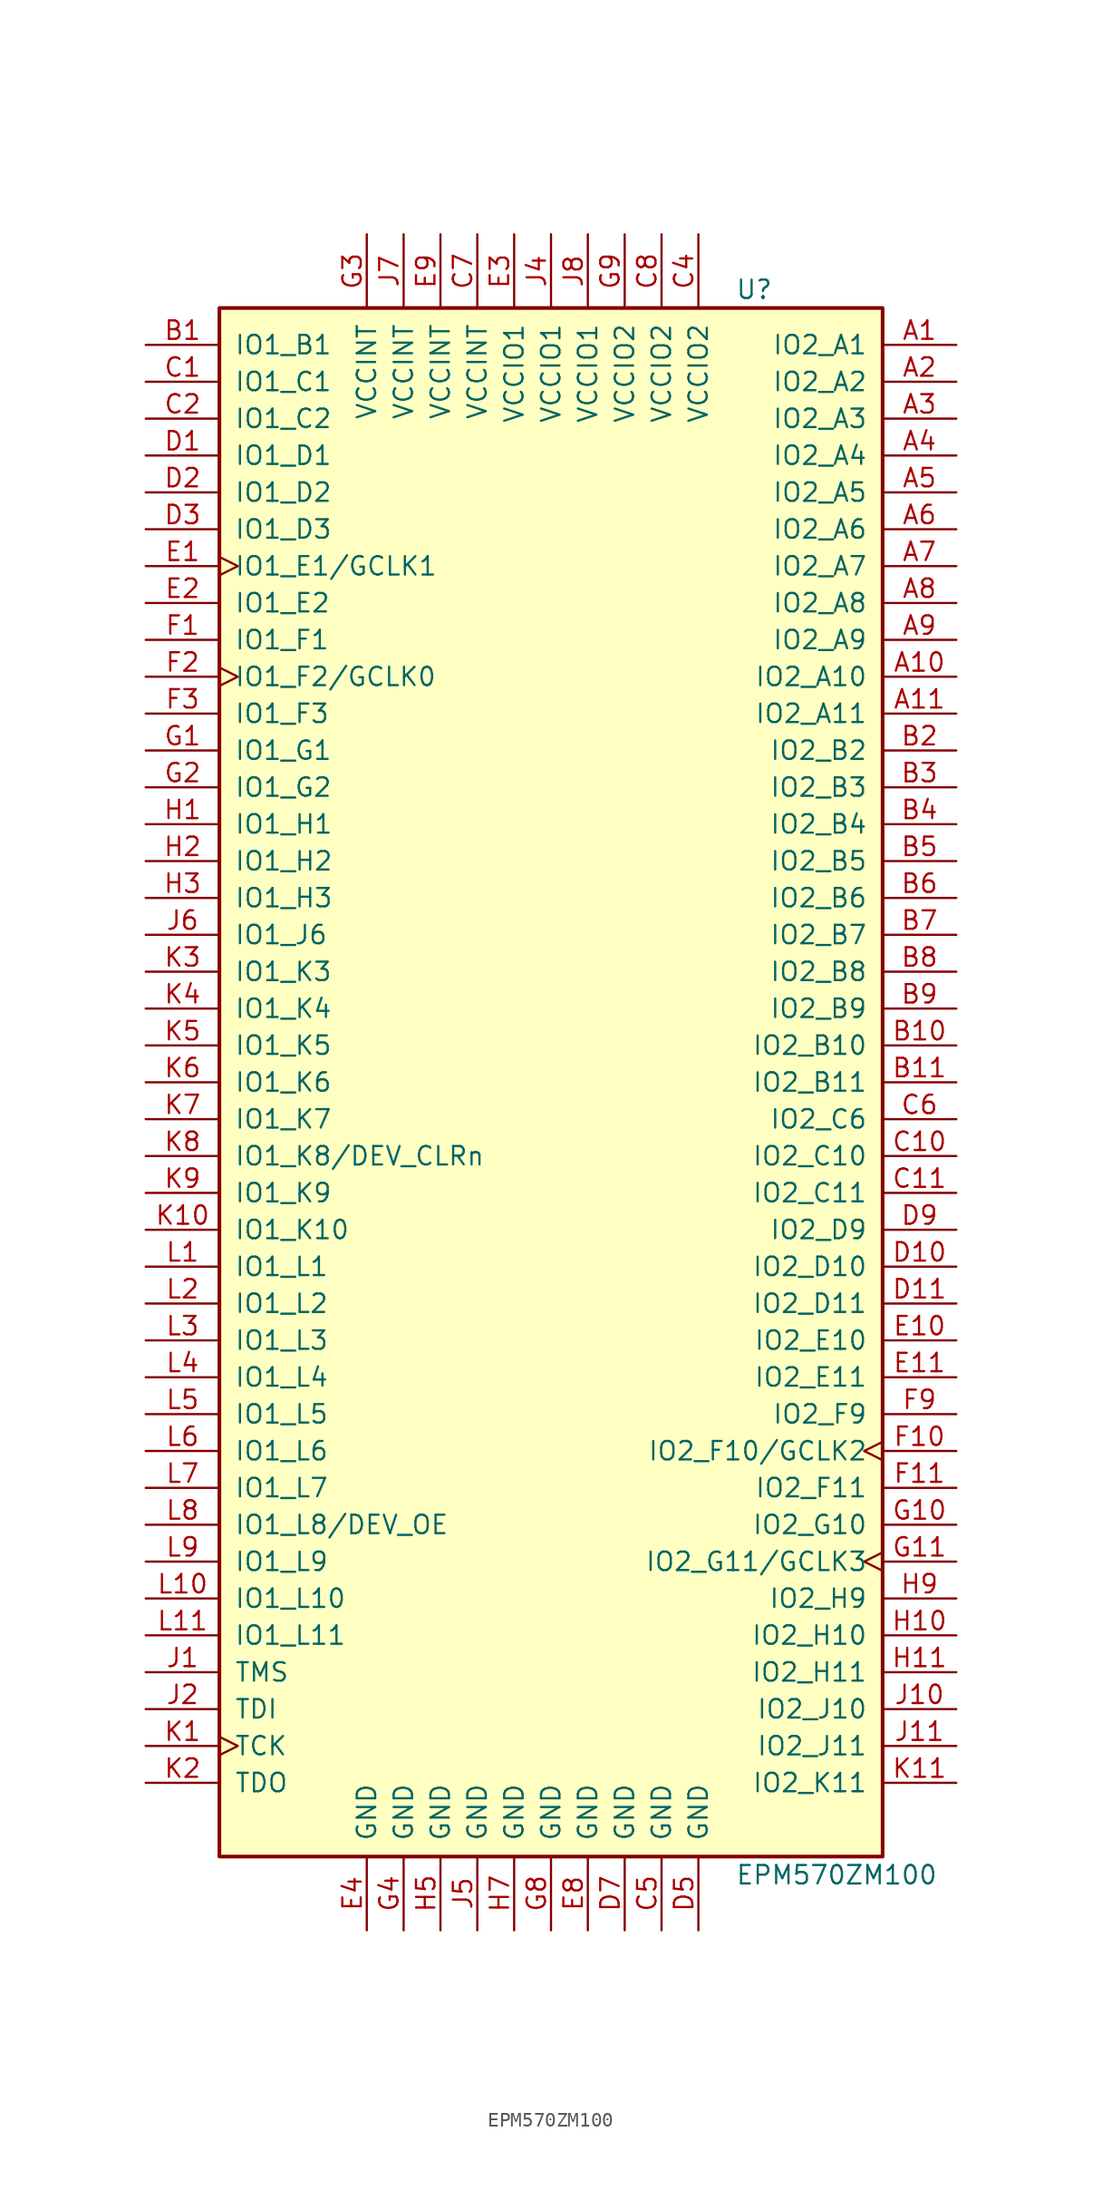
<source format=kicad_sym>
(kicad_symbol_lib
  (version 20201005)
  (generator kicad_symbol_editor)
  (symbol "EPM570ZM100"
    (pin_names
      (offset 1.016))
    (property "Reference" "U"
      (at 12.7 54.61 0)
      (effects (font (size 1.27 1.27)) (justify left)))
    (property "Value" "EPM570ZM100"
      (at 12.7 -54.61 0)
      (effects (font (size 1.27 1.27)) (justify left)))
    (property "ki_locked" ""
      (at 0 0 0)
      (effects (font (size 1.27 1.27))))
    (symbol "EPM570ZM100_1_1"
      (rectangle (start -22.86 53.34) (end 22.86 -53.34) (stroke (width 0.254)) (fill (type background)))
      (pin bidirectional line (at 27.94 50.8 180) (length 5.08) (name "IO2_A1" (effects (font (size 1.27 1.27)))) (number "A1" (effects (font (size 1.27 1.27)))))
      (pin bidirectional line (at 27.94 27.94 180) (length 5.08) (name "IO2_A10" (effects (font (size 1.27 1.27)))) (number "A10" (effects (font (size 1.27 1.27)))))
      (pin bidirectional line (at 27.94 25.4 180) (length 5.08) (name "IO2_A11" (effects (font (size 1.27 1.27)))) (number "A11" (effects (font (size 1.27 1.27)))))
      (pin bidirectional line (at 27.94 48.26 180) (length 5.08) (name "IO2_A2" (effects (font (size 1.27 1.27)))) (number "A2" (effects (font (size 1.27 1.27)))))
      (pin bidirectional line (at 27.94 45.72 180) (length 5.08) (name "IO2_A3" (effects (font (size 1.27 1.27)))) (number "A3" (effects (font (size 1.27 1.27)))))
      (pin bidirectional line (at 27.94 43.18 180) (length 5.08) (name "IO2_A4" (effects (font (size 1.27 1.27)))) (number "A4" (effects (font (size 1.27 1.27)))))
      (pin bidirectional line (at 27.94 40.64 180) (length 5.08) (name "IO2_A5" (effects (font (size 1.27 1.27)))) (number "A5" (effects (font (size 1.27 1.27)))))
      (pin bidirectional line (at 27.94 38.1 180) (length 5.08) (name "IO2_A6" (effects (font (size 1.27 1.27)))) (number "A6" (effects (font (size 1.27 1.27)))))
      (pin bidirectional line (at 27.94 35.56 180) (length 5.08) (name "IO2_A7" (effects (font (size 1.27 1.27)))) (number "A7" (effects (font (size 1.27 1.27)))))
      (pin bidirectional line (at 27.94 33.02 180) (length 5.08) (name "IO2_A8" (effects (font (size 1.27 1.27)))) (number "A8" (effects (font (size 1.27 1.27)))))
      (pin bidirectional line (at 27.94 30.48 180) (length 5.08) (name "IO2_A9" (effects (font (size 1.27 1.27)))) (number "A9" (effects (font (size 1.27 1.27)))))
      (pin bidirectional line (at -27.94 50.8 0) (length 5.08) (name "IO1_B1" (effects (font (size 1.27 1.27)))) (number "B1" (effects (font (size 1.27 1.27)))))
      (pin bidirectional line (at 27.94 2.54 180) (length 5.08) (name "IO2_B10" (effects (font (size 1.27 1.27)))) (number "B10" (effects (font (size 1.27 1.27)))))
      (pin bidirectional line (at 27.94 0 180) (length 5.08) (name "IO2_B11" (effects (font (size 1.27 1.27)))) (number "B11" (effects (font (size 1.27 1.27)))))
      (pin bidirectional line (at 27.94 22.86 180) (length 5.08) (name "IO2_B2" (effects (font (size 1.27 1.27)))) (number "B2" (effects (font (size 1.27 1.27)))))
      (pin bidirectional line (at 27.94 20.32 180) (length 5.08) (name "IO2_B3" (effects (font (size 1.27 1.27)))) (number "B3" (effects (font (size 1.27 1.27)))))
      (pin bidirectional line (at 27.94 17.78 180) (length 5.08) (name "IO2_B4" (effects (font (size 1.27 1.27)))) (number "B4" (effects (font (size 1.27 1.27)))))
      (pin bidirectional line (at 27.94 15.24 180) (length 5.08) (name "IO2_B5" (effects (font (size 1.27 1.27)))) (number "B5" (effects (font (size 1.27 1.27)))))
      (pin bidirectional line (at 27.94 12.7 180) (length 5.08) (name "IO2_B6" (effects (font (size 1.27 1.27)))) (number "B6" (effects (font (size 1.27 1.27)))))
      (pin bidirectional line (at 27.94 10.16 180) (length 5.08) (name "IO2_B7" (effects (font (size 1.27 1.27)))) (number "B7" (effects (font (size 1.27 1.27)))))
      (pin bidirectional line (at 27.94 7.62 180) (length 5.08) (name "IO2_B8" (effects (font (size 1.27 1.27)))) (number "B8" (effects (font (size 1.27 1.27)))))
      (pin bidirectional line (at 27.94 5.08 180) (length 5.08) (name "IO2_B9" (effects (font (size 1.27 1.27)))) (number "B9" (effects (font (size 1.27 1.27)))))
      (pin bidirectional line (at -27.94 48.26 0) (length 5.08) (name "IO1_C1" (effects (font (size 1.27 1.27)))) (number "C1" (effects (font (size 1.27 1.27)))))
      (pin bidirectional line (at 27.94 -5.08 180) (length 5.08) (name "IO2_C10" (effects (font (size 1.27 1.27)))) (number "C10" (effects (font (size 1.27 1.27)))))
      (pin bidirectional line (at 27.94 -7.62 180) (length 5.08) (name "IO2_C11" (effects (font (size 1.27 1.27)))) (number "C11" (effects (font (size 1.27 1.27)))))
      (pin bidirectional line (at -27.94 45.72 0) (length 5.08) (name "IO1_C2" (effects (font (size 1.27 1.27)))) (number "C2" (effects (font (size 1.27 1.27)))))
      (pin power_in line (at 10.16 58.42 270) (length 5.08) (name "VCCIO2" (effects (font (size 1.27 1.27)))) (number "C4" (effects (font (size 1.27 1.27)))))
      (pin power_in line (at 7.62 -58.42 90) (length 5.08) (name "GND" (effects (font (size 1.27 1.27)))) (number "C5" (effects (font (size 1.27 1.27)))))
      (pin bidirectional line (at 27.94 -2.54 180) (length 5.08) (name "IO2_C6" (effects (font (size 1.27 1.27)))) (number "C6" (effects (font (size 1.27 1.27)))))
      (pin power_in line (at -5.08 58.42 270) (length 5.08) (name "VCCINT" (effects (font (size 1.27 1.27)))) (number "C7" (effects (font (size 1.27 1.27)))))
      (pin power_in line (at 7.62 58.42 270) (length 5.08) (name "VCCIO2" (effects (font (size 1.27 1.27)))) (number "C8" (effects (font (size 1.27 1.27)))))
      (pin bidirectional line (at -27.94 43.18 0) (length 5.08) (name "IO1_D1" (effects (font (size 1.27 1.27)))) (number "D1" (effects (font (size 1.27 1.27)))))
      (pin bidirectional line (at 27.94 -12.7 180) (length 5.08) (name "IO2_D10" (effects (font (size 1.27 1.27)))) (number "D10" (effects (font (size 1.27 1.27)))))
      (pin bidirectional line (at 27.94 -15.24 180) (length 5.08) (name "IO2_D11" (effects (font (size 1.27 1.27)))) (number "D11" (effects (font (size 1.27 1.27)))))
      (pin bidirectional line (at -27.94 40.64 0) (length 5.08) (name "IO1_D2" (effects (font (size 1.27 1.27)))) (number "D2" (effects (font (size 1.27 1.27)))))
      (pin bidirectional line (at -27.94 38.1 0) (length 5.08) (name "IO1_D3" (effects (font (size 1.27 1.27)))) (number "D3" (effects (font (size 1.27 1.27)))))
      (pin power_in line (at 10.16 -58.42 90) (length 5.08) (name "GND" (effects (font (size 1.27 1.27)))) (number "D5" (effects (font (size 1.27 1.27)))))
      (pin power_in line (at 5.08 -58.42 90) (length 5.08) (name "GND" (effects (font (size 1.27 1.27)))) (number "D7" (effects (font (size 1.27 1.27)))))
      (pin bidirectional line (at 27.94 -10.16 180) (length 5.08) (name "IO2_D9" (effects (font (size 1.27 1.27)))) (number "D9" (effects (font (size 1.27 1.27)))))
      (pin bidirectional clock (at -27.94 35.56 0) (length 5.08) (name "IO1_E1/GCLK1" (effects (font (size 1.27 1.27)))) (number "E1" (effects (font (size 1.27 1.27)))))
      (pin bidirectional line (at 27.94 -17.78 180) (length 5.08) (name "IO2_E10" (effects (font (size 1.27 1.27)))) (number "E10" (effects (font (size 1.27 1.27)))))
      (pin bidirectional line (at 27.94 -20.32 180) (length 5.08) (name "IO2_E11" (effects (font (size 1.27 1.27)))) (number "E11" (effects (font (size 1.27 1.27)))))
      (pin bidirectional line (at -27.94 33.02 0) (length 5.08) (name "IO1_E2" (effects (font (size 1.27 1.27)))) (number "E2" (effects (font (size 1.27 1.27)))))
      (pin power_in line (at -2.54 58.42 270) (length 5.08) (name "VCCIO1" (effects (font (size 1.27 1.27)))) (number "E3" (effects (font (size 1.27 1.27)))))
      (pin power_in line (at -12.7 -58.42 90) (length 5.08) (name "GND" (effects (font (size 1.27 1.27)))) (number "E4" (effects (font (size 1.27 1.27)))))
      (pin power_in line (at 2.54 -58.42 90) (length 5.08) (name "GND" (effects (font (size 1.27 1.27)))) (number "E8" (effects (font (size 1.27 1.27)))))
      (pin power_in line (at -7.62 58.42 270) (length 5.08) (name "VCCINT" (effects (font (size 1.27 1.27)))) (number "E9" (effects (font (size 1.27 1.27)))))
      (pin bidirectional line (at -27.94 30.48 0) (length 5.08) (name "IO1_F1" (effects (font (size 1.27 1.27)))) (number "F1" (effects (font (size 1.27 1.27)))))
      (pin bidirectional clock (at 27.94 -25.4 180) (length 5.08) (name "IO2_F10/GCLK2" (effects (font (size 1.27 1.27)))) (number "F10" (effects (font (size 1.27 1.27)))))
      (pin bidirectional line (at 27.94 -27.94 180) (length 5.08) (name "IO2_F11" (effects (font (size 1.27 1.27)))) (number "F11" (effects (font (size 1.27 1.27)))))
      (pin bidirectional clock (at -27.94 27.94 0) (length 5.08) (name "IO1_F2/GCLK0" (effects (font (size 1.27 1.27)))) (number "F2" (effects (font (size 1.27 1.27)))))
      (pin bidirectional line (at -27.94 25.4 0) (length 5.08) (name "IO1_F3" (effects (font (size 1.27 1.27)))) (number "F3" (effects (font (size 1.27 1.27)))))
      (pin bidirectional line (at 27.94 -22.86 180) (length 5.08) (name "IO2_F9" (effects (font (size 1.27 1.27)))) (number "F9" (effects (font (size 1.27 1.27)))))
      (pin bidirectional line (at -27.94 22.86 0) (length 5.08) (name "IO1_G1" (effects (font (size 1.27 1.27)))) (number "G1" (effects (font (size 1.27 1.27)))))
      (pin bidirectional line (at 27.94 -30.48 180) (length 5.08) (name "IO2_G10" (effects (font (size 1.27 1.27)))) (number "G10" (effects (font (size 1.27 1.27)))))
      (pin bidirectional clock (at 27.94 -33.02 180) (length 5.08) (name "IO2_G11/GCLK3" (effects (font (size 1.27 1.27)))) (number "G11" (effects (font (size 1.27 1.27)))))
      (pin bidirectional line (at -27.94 20.32 0) (length 5.08) (name "IO1_G2" (effects (font (size 1.27 1.27)))) (number "G2" (effects (font (size 1.27 1.27)))))
      (pin power_in line (at -12.7 58.42 270) (length 5.08) (name "VCCINT" (effects (font (size 1.27 1.27)))) (number "G3" (effects (font (size 1.27 1.27)))))
      (pin power_in line (at -10.16 -58.42 90) (length 5.08) (name "GND" (effects (font (size 1.27 1.27)))) (number "G4" (effects (font (size 1.27 1.27)))))
      (pin power_in line (at 0 -58.42 90) (length 5.08) (name "GND" (effects (font (size 1.27 1.27)))) (number "G8" (effects (font (size 1.27 1.27)))))
      (pin power_in line (at 5.08 58.42 270) (length 5.08) (name "VCCIO2" (effects (font (size 1.27 1.27)))) (number "G9" (effects (font (size 1.27 1.27)))))
      (pin bidirectional line (at -27.94 17.78 0) (length 5.08) (name "IO1_H1" (effects (font (size 1.27 1.27)))) (number "H1" (effects (font (size 1.27 1.27)))))
      (pin bidirectional line (at 27.94 -38.1 180) (length 5.08) (name "IO2_H10" (effects (font (size 1.27 1.27)))) (number "H10" (effects (font (size 1.27 1.27)))))
      (pin bidirectional line (at 27.94 -40.64 180) (length 5.08) (name "IO2_H11" (effects (font (size 1.27 1.27)))) (number "H11" (effects (font (size 1.27 1.27)))))
      (pin bidirectional line (at -27.94 15.24 0) (length 5.08) (name "IO1_H2" (effects (font (size 1.27 1.27)))) (number "H2" (effects (font (size 1.27 1.27)))))
      (pin bidirectional line (at -27.94 12.7 0) (length 5.08) (name "IO1_H3" (effects (font (size 1.27 1.27)))) (number "H3" (effects (font (size 1.27 1.27)))))
      (pin power_in line (at -7.62 -58.42 90) (length 5.08) (name "GND" (effects (font (size 1.27 1.27)))) (number "H5" (effects (font (size 1.27 1.27)))))
      (pin power_in line (at -2.54 -58.42 90) (length 5.08) (name "GND" (effects (font (size 1.27 1.27)))) (number "H7" (effects (font (size 1.27 1.27)))))
      (pin bidirectional line (at 27.94 -35.56 180) (length 5.08) (name "IO2_H9" (effects (font (size 1.27 1.27)))) (number "H9" (effects (font (size 1.27 1.27)))))
      (pin input line (at -27.94 -40.64 0) (length 5.08) (name "TMS" (effects (font (size 1.27 1.27)))) (number "J1" (effects (font (size 1.27 1.27)))))
      (pin bidirectional line (at 27.94 -43.18 180) (length 5.08) (name "IO2_J10" (effects (font (size 1.27 1.27)))) (number "J10" (effects (font (size 1.27 1.27)))))
      (pin bidirectional line (at 27.94 -45.72 180) (length 5.08) (name "IO2_J11" (effects (font (size 1.27 1.27)))) (number "J11" (effects (font (size 1.27 1.27)))))
      (pin input line (at -27.94 -43.18 0) (length 5.08) (name "TDI" (effects (font (size 1.27 1.27)))) (number "J2" (effects (font (size 1.27 1.27)))))
      (pin power_in line (at 0 58.42 270) (length 5.08) (name "VCCIO1" (effects (font (size 1.27 1.27)))) (number "J4" (effects (font (size 1.27 1.27)))))
      (pin power_in line (at -5.08 -58.42 90) (length 5.08) (name "GND" (effects (font (size 1.27 1.27)))) (number "J5" (effects (font (size 1.27 1.27)))))
      (pin bidirectional line (at -27.94 10.16 0) (length 5.08) (name "IO1_J6" (effects (font (size 1.27 1.27)))) (number "J6" (effects (font (size 1.27 1.27)))))
      (pin power_in line (at -10.16 58.42 270) (length 5.08) (name "VCCINT" (effects (font (size 1.27 1.27)))) (number "J7" (effects (font (size 1.27 1.27)))))
      (pin power_in line (at 2.54 58.42 270) (length 5.08) (name "VCCIO1" (effects (font (size 1.27 1.27)))) (number "J8" (effects (font (size 1.27 1.27)))))
      (pin input clock (at -27.94 -45.72 0) (length 5.08) (name "TCK" (effects (font (size 1.27 1.27)))) (number "K1" (effects (font (size 1.27 1.27)))))
      (pin bidirectional line (at -27.94 -10.16 0) (length 5.08) (name "IO1_K10" (effects (font (size 1.27 1.27)))) (number "K10" (effects (font (size 1.27 1.27)))))
      (pin bidirectional line (at 27.94 -48.26 180) (length 5.08) (name "IO2_K11" (effects (font (size 1.27 1.27)))) (number "K11" (effects (font (size 1.27 1.27)))))
      (pin output line (at -27.94 -48.26 0) (length 5.08) (name "TDO" (effects (font (size 1.27 1.27)))) (number "K2" (effects (font (size 1.27 1.27)))))
      (pin bidirectional line (at -27.94 7.62 0) (length 5.08) (name "IO1_K3" (effects (font (size 1.27 1.27)))) (number "K3" (effects (font (size 1.27 1.27)))))
      (pin bidirectional line (at -27.94 5.08 0) (length 5.08) (name "IO1_K4" (effects (font (size 1.27 1.27)))) (number "K4" (effects (font (size 1.27 1.27)))))
      (pin bidirectional line (at -27.94 2.54 0) (length 5.08) (name "IO1_K5" (effects (font (size 1.27 1.27)))) (number "K5" (effects (font (size 1.27 1.27)))))
      (pin bidirectional line (at -27.94 0 0) (length 5.08) (name "IO1_K6" (effects (font (size 1.27 1.27)))) (number "K6" (effects (font (size 1.27 1.27)))))
      (pin bidirectional line (at -27.94 -2.54 0) (length 5.08) (name "IO1_K7" (effects (font (size 1.27 1.27)))) (number "K7" (effects (font (size 1.27 1.27)))))
      (pin bidirectional line (at -27.94 -5.08 0) (length 5.08) (name "IO1_K8/DEV_CLRn" (effects (font (size 1.27 1.27)))) (number "K8" (effects (font (size 1.27 1.27)))))
      (pin bidirectional line (at -27.94 -7.62 0) (length 5.08) (name "IO1_K9" (effects (font (size 1.27 1.27)))) (number "K9" (effects (font (size 1.27 1.27)))))
      (pin bidirectional line (at -27.94 -12.7 0) (length 5.08) (name "IO1_L1" (effects (font (size 1.27 1.27)))) (number "L1" (effects (font (size 1.27 1.27)))))
      (pin bidirectional line (at -27.94 -35.56 0) (length 5.08) (name "IO1_L10" (effects (font (size 1.27 1.27)))) (number "L10" (effects (font (size 1.27 1.27)))))
      (pin bidirectional line (at -27.94 -38.1 0) (length 5.08) (name "IO1_L11" (effects (font (size 1.27 1.27)))) (number "L11" (effects (font (size 1.27 1.27)))))
      (pin bidirectional line (at -27.94 -15.24 0) (length 5.08) (name "IO1_L2" (effects (font (size 1.27 1.27)))) (number "L2" (effects (font (size 1.27 1.27)))))
      (pin bidirectional line (at -27.94 -17.78 0) (length 5.08) (name "IO1_L3" (effects (font (size 1.27 1.27)))) (number "L3" (effects (font (size 1.27 1.27)))))
      (pin bidirectional line (at -27.94 -20.32 0) (length 5.08) (name "IO1_L4" (effects (font (size 1.27 1.27)))) (number "L4" (effects (font (size 1.27 1.27)))))
      (pin bidirectional line (at -27.94 -22.86 0) (length 5.08) (name "IO1_L5" (effects (font (size 1.27 1.27)))) (number "L5" (effects (font (size 1.27 1.27)))))
      (pin bidirectional line (at -27.94 -25.4 0) (length 5.08) (name "IO1_L6" (effects (font (size 1.27 1.27)))) (number "L6" (effects (font (size 1.27 1.27)))))
      (pin bidirectional line (at -27.94 -27.94 0) (length 5.08) (name "IO1_L7" (effects (font (size 1.27 1.27)))) (number "L7" (effects (font (size 1.27 1.27)))))
      (pin bidirectional line (at -27.94 -30.48 0) (length 5.08) (name "IO1_L8/DEV_OE" (effects (font (size 1.27 1.27)))) (number "L8" (effects (font (size 1.27 1.27)))))
      (pin bidirectional line (at -27.94 -33.02 0) (length 5.08) (name "IO1_L9" (effects (font (size 1.27 1.27)))) (number "L9" (effects (font (size 1.27 1.27))))))))
</source>
